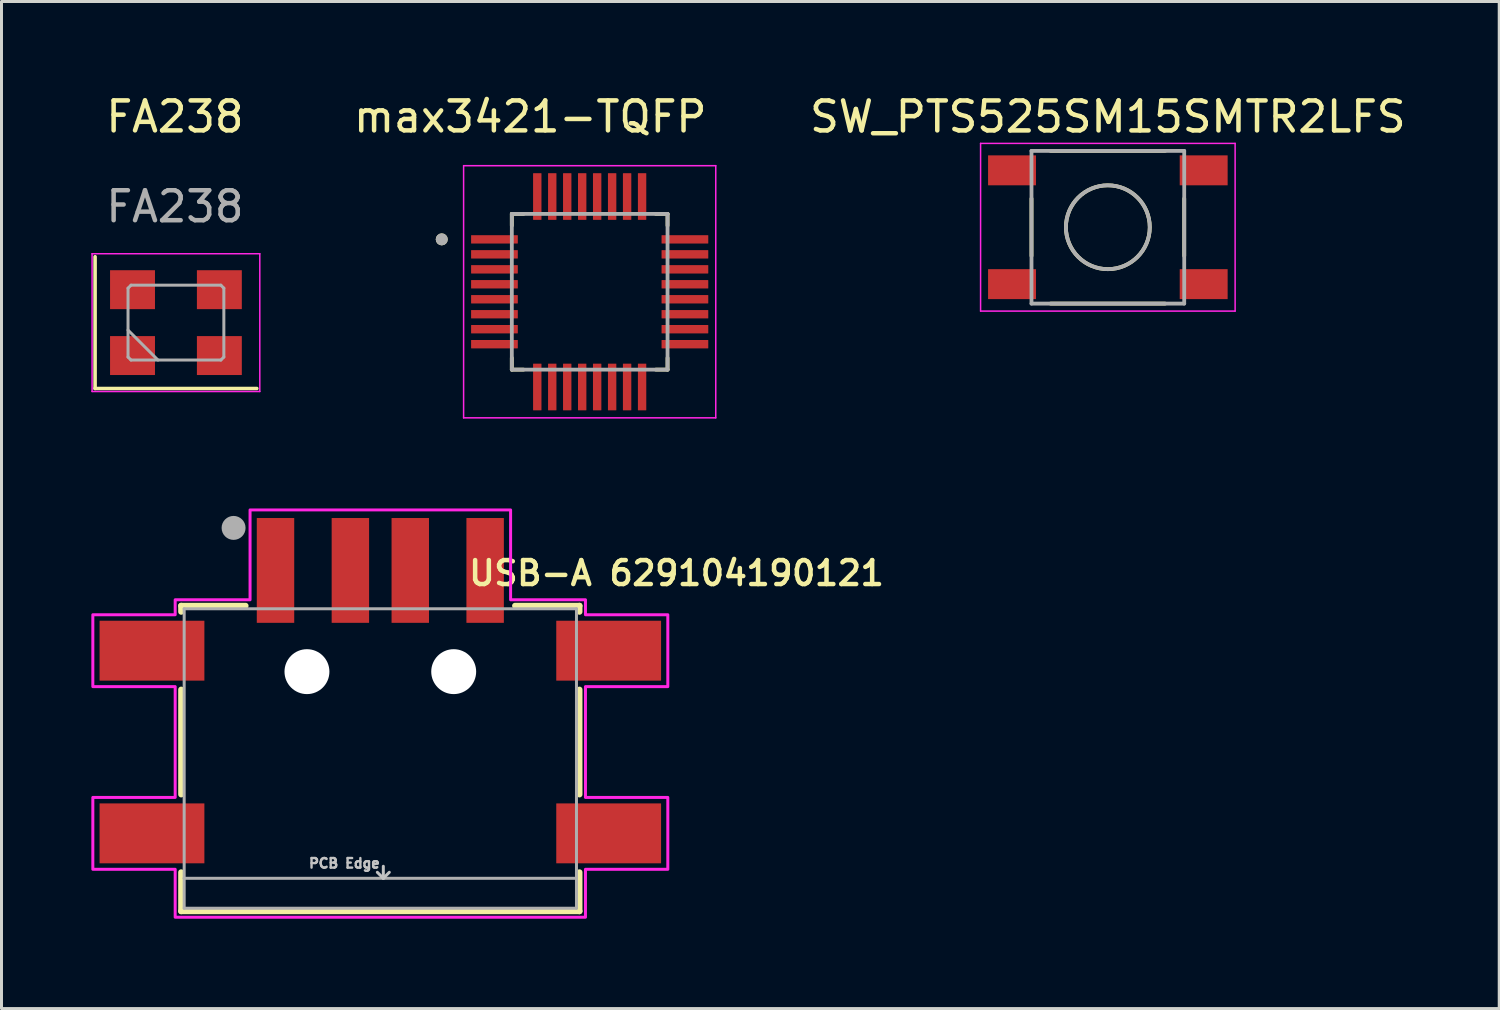
<source format=kicad_pcb>
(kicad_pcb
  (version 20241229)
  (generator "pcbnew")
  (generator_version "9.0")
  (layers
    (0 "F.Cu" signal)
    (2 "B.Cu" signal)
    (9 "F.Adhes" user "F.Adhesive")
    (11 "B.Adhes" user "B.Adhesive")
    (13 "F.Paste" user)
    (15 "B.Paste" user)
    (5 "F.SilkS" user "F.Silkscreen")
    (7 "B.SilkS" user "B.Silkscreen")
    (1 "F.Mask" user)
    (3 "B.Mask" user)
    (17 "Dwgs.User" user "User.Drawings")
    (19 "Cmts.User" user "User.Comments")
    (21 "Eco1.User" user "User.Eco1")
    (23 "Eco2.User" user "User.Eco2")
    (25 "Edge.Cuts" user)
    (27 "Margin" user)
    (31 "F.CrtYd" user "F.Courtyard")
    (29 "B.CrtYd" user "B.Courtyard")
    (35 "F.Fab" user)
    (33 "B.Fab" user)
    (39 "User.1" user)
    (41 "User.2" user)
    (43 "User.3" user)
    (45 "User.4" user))
  (footprint "SW_PTS525SM15SMTR2LFS"
    (layer "F.Cu")
    (at 33.944 4.538)
    (property "Reference" "SW_PTS525SM15SMTR2LFS" (at -0.00001 -3.689 0) (layer "F.SilkS") (effects (font (size 1.001 1.001) (thickness 0.15))))
    (attr smd)
    (fp_line (start -2.55 -0.956) (end -2.55 0.956) (stroke (width 0.127) (type solid)) (layer "F.SilkS"))
    (fp_line (start -1.913 -2.55) (end 1.913 -2.55) (stroke (width 0.127) (type solid)) (layer "F.SilkS"))
    (fp_line (start -1.913 2.55) (end 1.913 2.55) (stroke (width 0.127) (type solid)) (layer "F.SilkS"))
    (fp_line (start 2.55 -0.956) (end 2.55 0.956) (stroke (width 0.127) (type solid)) (layer "F.SilkS"))
    (fp_circle (center 0 0) (end 1.4 0) (stroke (width 0.127) (type solid)) (fill no) (layer "F.SilkS"))
    (fp_line (start -4.25 -2.8) (end 4.25 -2.8) (stroke (width 0.05) (type solid)) (layer "F.CrtYd"))
    (fp_line (start -4.25 2.8) (end -4.25 -2.8) (stroke (width 0.05) (type solid)) (layer "F.CrtYd"))
    (fp_line (start 4.25 -2.8) (end 4.25 2.8) (stroke (width 0.05) (type solid)) (layer "F.CrtYd"))
    (fp_line (start 4.25 2.8) (end -4.25 2.8) (stroke (width 0.05) (type solid)) (layer "F.CrtYd"))
    (fp_line (start -2.55 -2.55) (end 2.55 -2.55) (stroke (width 0.127) (type solid)) (layer "F.Fab"))
    (fp_line (start -2.55 2.55) (end -2.55 -2.55) (stroke (width 0.127) (type solid)) (layer "F.Fab"))
    (fp_line (start 2.55 -2.55) (end 2.55 2.55) (stroke (width 0.127) (type solid)) (layer "F.Fab"))
    (fp_line (start 2.55 2.55) (end -2.55 2.55) (stroke (width 0.127) (type solid)) (layer "F.Fab"))
    (fp_circle (center 0 0) (end 1.4 0) (stroke (width 0.127) (type solid)) (fill no) (layer "F.Fab"))
    (pad "1" smd rect (at -3.2 -1.9) (size 1.6 1) (layers "F.Cu" "F.Mask" "F.Paste"))
    (pad "2" smd rect (at 3.2 1.9) (size 1.6 1) (layers "F.Cu" "F.Mask" "F.Paste"))
    (pad "3" smd rect (at 3.2 -1.9) (size 1.6 1) (layers "F.Cu" "F.Mask" "F.Paste"))
    (pad "4" smd rect (at -3.2 1.9) (size 1.6 1) (layers "F.Cu" "F.Mask" "F.Paste")))
  (footprint "USB-A 629104190121"
    (layer "F.Cu")
    (at 9.65 22.278)
    (property "Reference" "USB-A 629104190121" (at 9.89 -6.188 0) (layer "F.SilkS") (effects (font (size 0.8 0.8) (thickness 0.15))))
    (attr smd)
    (fp_line (start -6.65 -5.1) (end -6.65 -4.9) (stroke (width 0.2) (type solid)) (layer "F.SilkS"))
    (fp_line (start -6.65 -2.3) (end -6.65 1.2) (stroke (width 0.2) (type solid)) (layer "F.SilkS"))
    (fp_line (start -6.65 3.8) (end -6.65 5.1) (stroke (width 0.2) (type solid)) (layer "F.SilkS"))
    (fp_line (start -6.65 5.1) (end 6.65 5.1) (stroke (width 0.2) (type solid)) (layer "F.SilkS"))
    (fp_line (start -4.5 -5.1) (end -6.65 -5.1) (stroke (width 0.2) (type solid)) (layer "F.SilkS"))
    (fp_line (start 4.5 -5.1) (end 6.65 -5.1) (stroke (width 0.2) (type solid)) (layer "F.SilkS"))
    (fp_line (start 6.65 -5.1) (end 6.65 -4.9) (stroke (width 0.2) (type solid)) (layer "F.SilkS"))
    (fp_line (start 6.65 1.2) (end 6.65 -2.3) (stroke (width 0.2) (type solid)) (layer "F.SilkS"))
    (fp_line (start 6.65 5.1) (end 6.65 3.8) (stroke (width 0.2) (type solid)) (layer "F.SilkS"))
    (fp_line (start 0.1 3.6) (end 0.1 4) (stroke (width 0.1) (type solid)) (layer "Dwgs.User"))
    (fp_line (start 0.1 4) (end -0.1 3.8) (stroke (width 0.1) (type solid)) (layer "Dwgs.User"))
    (fp_line (start 0.1 4) (end 0.3 3.8) (stroke (width 0.1) (type solid)) (layer "Dwgs.User"))
    (fp_poly (pts (xy -4.35 -8.3) (xy 4.35 -8.3) (xy 4.35 -5.3) (xy 6.85 -5.3) (xy 6.85 -4.8) (xy 9.6 -4.8) (xy 9.6 -2.4) (xy 6.85 -2.4) (xy 6.85 1.3) (xy 9.6 1.3) (xy 9.6 3.7) (xy 6.85 3.7) (xy 6.85 5.3) (xy -6.85 5.3) (xy -6.85 3.7) (xy -9.6 3.7) (xy -9.6 1.3) (xy -6.85 1.3) (xy -6.85 -2.4) (xy -9.6 -2.4) (xy -9.6 -4.8) (xy -6.85 -4.8) (xy -6.85 -5.3) (xy -4.35 -5.3)) (stroke (width 0.1) (type solid)) (fill no) (layer "F.CrtYd"))
    (fp_line (start -6.55 -5) (end 6.55 -5) (stroke (width 0.1) (type solid)) (layer "F.Fab"))
    (fp_line (start -6.55 4) (end -6.55 -5) (stroke (width 0.1) (type solid)) (layer "F.Fab"))
    (fp_line (start -6.55 4) (end 6.55 4) (stroke (width 0.1) (type solid)) (layer "F.Fab"))
    (fp_line (start -6.55 5) (end -6.55 4) (stroke (width 0.1) (type solid)) (layer "F.Fab"))
    (fp_line (start 6.55 -5) (end 6.55 4) (stroke (width 0.1) (type solid)) (layer "F.Fab"))
    (fp_line (start 6.55 4) (end 6.55 5) (stroke (width 0.1) (type solid)) (layer "F.Fab"))
    (fp_line (start 6.55 5) (end -6.55 5) (stroke (width 0.1) (type solid)) (layer "F.Fab"))
    (fp_circle (center -4.9 -7.7) (end -4.7 -7.7) (stroke (width 0.4) (type solid)) (fill no) (layer "F.Fab"))
    (fp_text user "PCB Edge" (at -1.2 3.5 0) (layer "Dwgs.User") (effects (font (size 0.32 0.32) (thickness 0.08))))
    (pad "" np_thru_hole circle (at -2.45 -2.9) (size 1.5 1.5) (drill 1.5) (layers "*.Cu" "*.Mask"))
    (pad "" np_thru_hole circle (at 2.45 -2.9) (size 1.5 1.5) (drill 1.5) (layers "*.Cu" "*.Mask"))
    (pad "1" smd rect (at -3.5 -6.28) (size 1.25 3.5) (layers "F.Cu" "F.Mask" "F.Paste"))
    (pad "2" smd rect (at -1 -6.28) (size 1.25 3.5) (layers "F.Cu" "F.Mask" "F.Paste"))
    (pad "3" smd rect (at 1 -6.28) (size 1.25 3.5) (layers "F.Cu" "F.Mask" "F.Paste"))
    (pad "4" smd rect (at 3.5 -6.28) (size 1.25 3.5) (layers "F.Cu" "F.Mask" "F.Paste"))
    (pad "S1" smd rect (at -7.625 -3.6) (size 3.5 2) (layers "F.Cu" "F.Mask" "F.Paste"))
    (pad "S2" smd rect (at 7.625 -3.6 180) (size 3.5 2) (layers "F.Cu" "F.Mask" "F.Paste"))
    (pad "S3" smd rect (at -7.625 2.5 180) (size 3.5 2) (layers "F.Cu" "F.Mask" "F.Paste"))
    (pad "S4" smd rect (at 7.625 2.5 180) (size 3.5 2) (layers "F.Cu" "F.Mask" "F.Paste")))
  (footprint "FA238"
    (layer "F.Cu")
    (at 2.792 7.682)
    (property "Reference" "FA238" (at 0 -6.834 0) (unlocked yes) (layer "F.SilkS") (effects (font (size 1 1) (thickness 0.15))))
    (attr smd)
    (fp_line (start -2.667 -2.159) (end -2.667 2.241) (stroke (width 0.12) (type solid)) (layer "F.SilkS"))
    (fp_line (start -2.667 2.241) (end 2.733 2.241) (stroke (width 0.12) (type solid)) (layer "F.SilkS"))
    (fp_line (start -2.767 -2.259) (end -2.767 2.341) (stroke (width 0.05) (type solid)) (layer "F.CrtYd"))
    (fp_line (start -2.767 2.341) (end 2.833 2.341) (stroke (width 0.05) (type solid)) (layer "F.CrtYd"))
    (fp_line (start 2.833 -2.259) (end -2.767 -2.259) (stroke (width 0.05) (type solid)) (layer "F.CrtYd"))
    (fp_line (start 2.833 2.341) (end 2.833 -2.259) (stroke (width 0.05) (type solid)) (layer "F.CrtYd"))
    (fp_line (start -1.567 -1.109) (end -1.467 -1.209) (stroke (width 0.1) (type solid)) (layer "F.Fab"))
    (fp_line (start -1.567 0.291) (end -0.567 1.291) (stroke (width 0.1) (type solid)) (layer "F.Fab"))
    (fp_line (start -1.567 1.191) (end -1.567 -1.109) (stroke (width 0.1) (type solid)) (layer "F.Fab"))
    (fp_line (start -1.467 -1.209) (end 1.533 -1.209) (stroke (width 0.1) (type solid)) (layer "F.Fab"))
    (fp_line (start -1.467 1.291) (end -1.567 1.191) (stroke (width 0.1) (type solid)) (layer "F.Fab"))
    (fp_line (start 1.533 -1.209) (end 1.633 -1.109) (stroke (width 0.1) (type solid)) (layer "F.Fab"))
    (fp_line (start 1.533 1.291) (end -1.467 1.291) (stroke (width 0.1) (type solid)) (layer "F.Fab"))
    (fp_line (start 1.633 -1.109) (end 1.633 1.191) (stroke (width 0.1) (type solid)) (layer "F.Fab"))
    (fp_line (start 1.633 1.191) (end 1.533 1.291) (stroke (width 0.1) (type solid)) (layer "F.Fab"))
    (fp_text user "${REFERENCE}" (at 0 -3.834 0) (unlocked yes) (layer "F.Fab") (effects (font (size 1 1) (thickness 0.15))))
    (pad "1" smd rect (at -1.417 1.141) (size 1.5 1.3) (layers "F.Cu" "F.Mask" "F.Paste"))
    (pad "2" smd rect (at 1.483 1.141) (size 1.5 1.3) (layers "F.Cu" "F.Mask" "F.Paste"))
    (pad "3" smd rect (at 1.483 -1.059) (size 1.5 1.3) (layers "F.Cu" "F.Mask" "F.Paste"))
    (pad "4" smd rect (at -1.417 -1.059) (size 1.5 1.3) (layers "F.Cu" "F.Mask" "F.Paste")))
  (footprint "max3421-TQFP"
    (layer "F.Cu")
    (at 16.641 6.693)
    (property "Reference" "max3421-TQFP" (at -1.985 -5.845 0) (layer "F.SilkS") (effects (font (size 1 1) (thickness 0.15))))
    (attr smd)
    (fp_line (start -2.6 -2.6) (end -2.6 -2.21) (stroke (width 0.127) (type solid)) (layer "F.SilkS"))
    (fp_line (start -2.6 -2.6) (end -2.21 -2.6) (stroke (width 0.127) (type solid)) (layer "F.SilkS"))
    (fp_line (start -2.6 2.6) (end -2.6 2.21) (stroke (width 0.127) (type solid)) (layer "F.SilkS"))
    (fp_line (start -2.6 2.6) (end -2.21 2.6) (stroke (width 0.127) (type solid)) (layer "F.SilkS"))
    (fp_line (start 2.6 -2.6) (end 2.21 -2.6) (stroke (width 0.127) (type solid)) (layer "F.SilkS"))
    (fp_line (start 2.6 -2.6) (end 2.6 -2.21) (stroke (width 0.127) (type solid)) (layer "F.SilkS"))
    (fp_line (start 2.6 2.6) (end 2.21 2.6) (stroke (width 0.127) (type solid)) (layer "F.SilkS"))
    (fp_line (start 2.6 2.6) (end 2.6 2.21) (stroke (width 0.127) (type solid)) (layer "F.SilkS"))
    (fp_circle (center -4.94 -1.75) (end -4.84 -1.75) (stroke (width 0.2) (type solid)) (fill no) (layer "F.SilkS"))
    (fp_line (start -4.21 -4.21) (end 4.21 -4.21) (stroke (width 0.05) (type solid)) (layer "F.CrtYd"))
    (fp_line (start -4.21 4.21) (end -4.21 -4.21) (stroke (width 0.05) (type solid)) (layer "F.CrtYd"))
    (fp_line (start -4.21 4.21) (end 4.21 4.21) (stroke (width 0.05) (type solid)) (layer "F.CrtYd"))
    (fp_line (start 4.21 4.21) (end 4.21 -4.21) (stroke (width 0.05) (type solid)) (layer "F.CrtYd"))
    (fp_line (start -2.6 2.6) (end -2.6 -2.6) (stroke (width 0.127) (type solid)) (layer "F.Fab"))
    (fp_line (start 2.6 -2.6) (end -2.6 -2.6) (stroke (width 0.127) (type solid)) (layer "F.Fab"))
    (fp_line (start 2.6 2.6) (end -2.6 2.6) (stroke (width 0.127) (type solid)) (layer "F.Fab"))
    (fp_line (start 2.6 2.6) (end 2.6 -2.6) (stroke (width 0.127) (type solid)) (layer "F.Fab"))
    (fp_circle (center -4.94 -1.75) (end -4.84 -1.75) (stroke (width 0.2) (type solid)) (fill no) (layer "F.Fab"))
    (pad "1" smd roundrect (at -3.18 -1.75) (size 1.56 0.28) (layers "F.Cu" "F.Mask" "F.Paste") (roundrect_rratio 0.04))
    (pad "2" smd roundrect (at -3.18 -1.25) (size 1.56 0.28) (layers "F.Cu" "F.Mask" "F.Paste") (roundrect_rratio 0.04))
    (pad "3" smd roundrect (at -3.18 -0.75) (size 1.56 0.28) (layers "F.Cu" "F.Mask" "F.Paste") (roundrect_rratio 0.04))
    (pad "4" smd roundrect (at -3.18 -0.25) (size 1.56 0.28) (layers "F.Cu" "F.Mask" "F.Paste") (roundrect_rratio 0.04))
    (pad "5" smd roundrect (at -3.18 0.25) (size 1.56 0.28) (layers "F.Cu" "F.Mask" "F.Paste") (roundrect_rratio 0.04))
    (pad "6" smd roundrect (at -3.18 0.75) (size 1.56 0.28) (layers "F.Cu" "F.Mask" "F.Paste") (roundrect_rratio 0.04))
    (pad "7" smd roundrect (at -3.18 1.25) (size 1.56 0.28) (layers "F.Cu" "F.Mask" "F.Paste") (roundrect_rratio 0.04))
    (pad "8" smd roundrect (at -3.18 1.75) (size 1.56 0.28) (layers "F.Cu" "F.Mask" "F.Paste") (roundrect_rratio 0.04))
    (pad "9" smd roundrect (at -1.75 3.18 90) (size 1.56 0.28) (layers "F.Cu" "F.Mask" "F.Paste") (roundrect_rratio 0.04))
    (pad "10" smd roundrect (at -1.25 3.18 90) (size 1.56 0.28) (layers "F.Cu" "F.Mask" "F.Paste") (roundrect_rratio 0.04))
    (pad "11" smd roundrect (at -0.75 3.18 90) (size 1.56 0.28) (layers "F.Cu" "F.Mask" "F.Paste") (roundrect_rratio 0.04))
    (pad "12" smd roundrect (at -0.25 3.18 90) (size 1.56 0.28) (layers "F.Cu" "F.Mask" "F.Paste") (roundrect_rratio 0.04))
    (pad "13" smd roundrect (at 0.25 3.18 90) (size 1.56 0.28) (layers "F.Cu" "F.Mask" "F.Paste") (roundrect_rratio 0.04))
    (pad "14" smd roundrect (at 0.75 3.18 90) (size 1.56 0.28) (layers "F.Cu" "F.Mask" "F.Paste") (roundrect_rratio 0.04))
    (pad "15" smd roundrect (at 1.25 3.18 90) (size 1.56 0.28) (layers "F.Cu" "F.Mask" "F.Paste") (roundrect_rratio 0.04))
    (pad "16" smd roundrect (at 1.75 3.18 90) (size 1.56 0.28) (layers "F.Cu" "F.Mask" "F.Paste") (roundrect_rratio 0.04))
    (pad "17" smd roundrect (at 3.18 1.75) (size 1.56 0.28) (layers "F.Cu" "F.Mask" "F.Paste") (roundrect_rratio 0.04))
    (pad "18" smd roundrect (at 3.18 1.25) (size 1.56 0.28) (layers "F.Cu" "F.Mask" "F.Paste") (roundrect_rratio 0.04))
    (pad "19" smd roundrect (at 3.18 0.75) (size 1.56 0.28) (layers "F.Cu" "F.Mask" "F.Paste") (roundrect_rratio 0.04))
    (pad "20" smd roundrect (at 3.18 0.25) (size 1.56 0.28) (layers "F.Cu" "F.Mask" "F.Paste") (roundrect_rratio 0.04))
    (pad "21" smd roundrect (at 3.18 -0.25) (size 1.56 0.28) (layers "F.Cu" "F.Mask" "F.Paste") (roundrect_rratio 0.04))
    (pad "22" smd roundrect (at 3.18 -0.75) (size 1.56 0.28) (layers "F.Cu" "F.Mask" "F.Paste") (roundrect_rratio 0.04))
    (pad "23" smd roundrect (at 3.18 -1.25) (size 1.56 0.28) (layers "F.Cu" "F.Mask" "F.Paste") (roundrect_rratio 0.04))
    (pad "24" smd roundrect (at 3.18 -1.75) (size 1.56 0.28) (layers "F.Cu" "F.Mask" "F.Paste") (roundrect_rratio 0.04))
    (pad "25" smd roundrect (at 1.75 -3.18 90) (size 1.56 0.28) (layers "F.Cu" "F.Mask" "F.Paste") (roundrect_rratio 0.04))
    (pad "26" smd roundrect (at 1.25 -3.18 90) (size 1.56 0.28) (layers "F.Cu" "F.Mask" "F.Paste") (roundrect_rratio 0.04))
    (pad "27" smd roundrect (at 0.75 -3.18 90) (size 1.56 0.28) (layers "F.Cu" "F.Mask" "F.Paste") (roundrect_rratio 0.04))
    (pad "28" smd roundrect (at 0.25 -3.18 90) (size 1.56 0.28) (layers "F.Cu" "F.Mask" "F.Paste") (roundrect_rratio 0.04))
    (pad "29" smd roundrect (at -0.25 -3.18 90) (size 1.56 0.28) (layers "F.Cu" "F.Mask" "F.Paste") (roundrect_rratio 0.04))
    (pad "30" smd roundrect (at -0.75 -3.18 90) (size 1.56 0.28) (layers "F.Cu" "F.Mask" "F.Paste") (roundrect_rratio 0.04))
    (pad "31" smd roundrect (at -1.25 -3.18 90) (size 1.56 0.28) (layers "F.Cu" "F.Mask" "F.Paste") (roundrect_rratio 0.04))
    (pad "32" smd roundrect (at -1.75 -3.18 90) (size 1.56 0.28) (layers "F.Cu" "F.Mask" "F.Paste") (roundrect_rratio 0.04)))
  (gr_rect
    (start -3 -3)
    (end 47.013 30.628)
    (stroke (width 0.1) (type default))
    (fill no)
    (layer "Edge.Cuts")))
</source>
